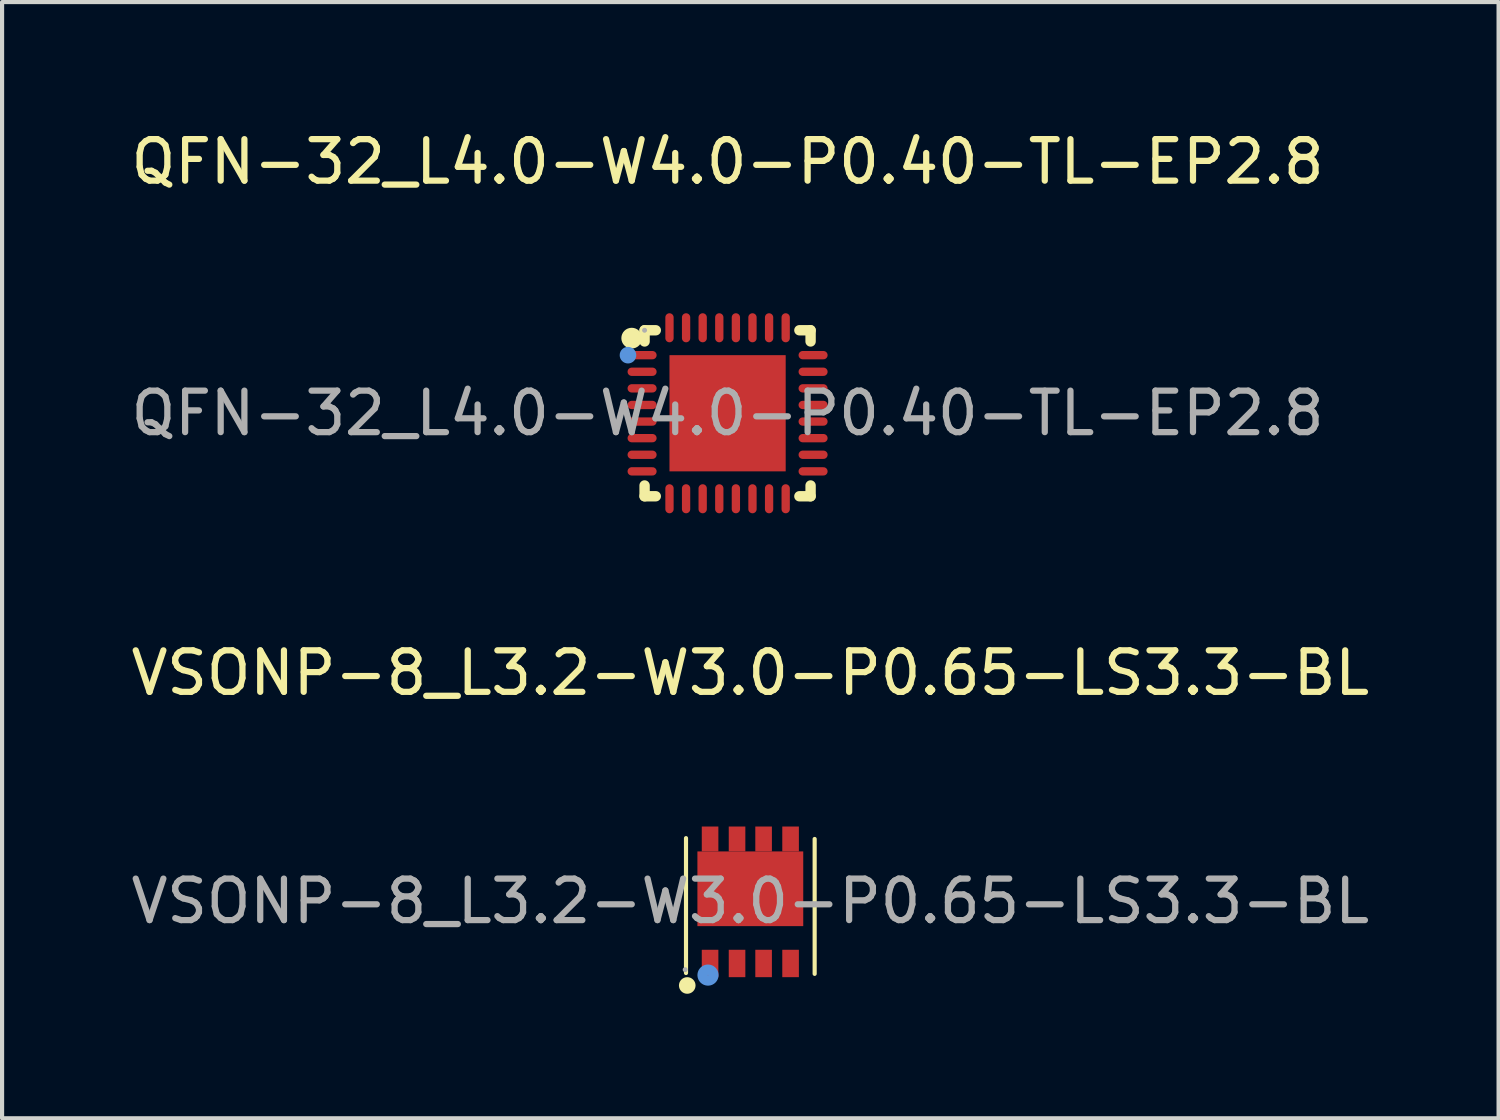
<source format=kicad_pcb>
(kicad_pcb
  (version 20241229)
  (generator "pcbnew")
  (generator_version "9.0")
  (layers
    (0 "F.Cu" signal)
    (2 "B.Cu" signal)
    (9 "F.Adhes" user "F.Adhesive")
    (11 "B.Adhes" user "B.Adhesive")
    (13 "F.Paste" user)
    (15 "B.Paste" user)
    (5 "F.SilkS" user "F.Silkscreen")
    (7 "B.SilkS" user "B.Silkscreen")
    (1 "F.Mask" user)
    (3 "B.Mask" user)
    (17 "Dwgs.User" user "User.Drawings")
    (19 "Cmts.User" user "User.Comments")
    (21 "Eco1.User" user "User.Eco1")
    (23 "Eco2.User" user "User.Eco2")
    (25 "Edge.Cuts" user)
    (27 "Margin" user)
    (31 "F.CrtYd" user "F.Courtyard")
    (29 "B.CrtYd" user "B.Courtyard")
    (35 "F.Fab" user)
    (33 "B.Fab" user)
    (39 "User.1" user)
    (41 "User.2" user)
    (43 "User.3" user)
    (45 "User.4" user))
  (footprint "VSONP-8_L3.2-W3.0-P0.65-LS3.3-BL"
    (layer "F.Cu")
    (at 15.03 18.666)
    (property "Reference" "VSONP-8_L3.2-W3.0-P0.65-LS3.3-BL" (at 0 -5.5 0) (layer "F.SilkS") (effects (font (size 1 1) (thickness 0.15))))
    (attr smd)
    (fp_line (start -1.55 1.73) (end -1.55 -1.52) (stroke (width 0.1) (type solid)) (layer "F.SilkS"))
    (fp_line (start 1.55 1.75) (end 1.55 -1.5) (stroke (width 0.1) (type solid)) (layer "F.SilkS"))
    (fp_circle (center -1.52 2.03) (end -1.42 2.03) (stroke (width 0.2) (type solid)) (fill no) (layer "F.SilkS"))
    (fp_circle (center -1.02 1.78) (end -0.89 1.78) (stroke (width 0.25) (type solid)) (fill no) (layer "Cmts.User"))
    (fp_circle (center -1.57 1.65) (end -1.54 1.65) (stroke (width 0.06) (type solid)) (fill no) (layer "F.Fab"))
    (fp_text user "${REFERENCE}" (at 0 0 0) (layer "F.Fab") (effects (font (size 1 1) (thickness 0.15))))
    (pad "1" smd rect (at -0.97 1.5 90) (size 0.66 0.4) (layers "F.Cu" "F.Mask" "F.Paste"))
    (pad "2" smd rect (at -0.32 1.5 90) (size 0.66 0.4) (layers "F.Cu" "F.Mask" "F.Paste"))
    (pad "3" smd rect (at 0.32 1.5 90) (size 0.66 0.4) (layers "F.Cu" "F.Mask" "F.Paste"))
    (pad "4" smd rect (at 0.97 1.5 90) (size 0.66 0.4) (layers "F.Cu" "F.Mask" "F.Paste"))
    (pad "5" smd rect (at 0.97 -1.5 90) (size 0.6 0.4) (layers "F.Cu" "F.Mask" "F.Paste"))
    (pad "6" smd rect (at 0.32 -1.5 90) (size 0.6 0.4) (layers "F.Cu" "F.Mask" "F.Paste"))
    (pad "7" smd rect (at -0.32 -1.5 90) (size 0.6 0.4) (layers "F.Cu" "F.Mask" "F.Paste"))
    (pad "8" smd rect (at -0.97 -1.5 90) (size 0.6 0.4) (layers "F.Cu" "F.Mask" "F.Paste"))
    (pad "9" smd rect (at 0 -0.3) (size 2.55 1.8) (layers "F.Cu" "F.Mask" "F.Paste")))
  (footprint "QFN-32_L4.0-W4.0-P0.40-TL-EP2.8"
    (layer "F.Cu")
    (at 14.482 6.908)
    (property "Reference" "QFN-32_L4.0-W4.0-P0.40-TL-EP2.8" (at 0 -6.06 0) (layer "F.SilkS") (effects (font (size 1 1) (thickness 0.15))))
    (attr smd)
    (fp_line (start -2 -2) (end -1.73 -2) (stroke (width 0.25) (type solid)) (layer "F.SilkS"))
    (fp_line (start -2 -1.73) (end -2 -2) (stroke (width 0.25) (type solid)) (layer "F.SilkS"))
    (fp_line (start -2 2) (end -2 1.74) (stroke (width 0.25) (type solid)) (layer "F.SilkS"))
    (fp_line (start -1.73 2) (end -2 2) (stroke (width 0.25) (type solid)) (layer "F.SilkS"))
    (fp_line (start 1.73 -2) (end 2 -2) (stroke (width 0.25) (type solid)) (layer "F.SilkS"))
    (fp_line (start 2 -2) (end 2 -1.73) (stroke (width 0.25) (type solid)) (layer "F.SilkS"))
    (fp_line (start 2 1.74) (end 2 2) (stroke (width 0.25) (type solid)) (layer "F.SilkS"))
    (fp_line (start 2 2) (end 1.73 2) (stroke (width 0.25) (type solid)) (layer "F.SilkS"))
    (fp_arc (start -2.31 -1.81) (mid -2.31 -1.81) (end -2.31 -1.81) (stroke (width 0.25) (type solid)) (layer "F.SilkS"))
    (fp_circle (center -2.4 -1.4) (end -2.3 -1.4) (stroke (width 0.2) (type solid)) (fill no) (layer "Cmts.User"))
    (fp_circle (center -2 -2) (end -1.97 -2) (stroke (width 0.06) (type solid)) (fill no) (layer "F.Fab"))
    (fp_text user "${REFERENCE}" (at 0 0 0) (layer "F.Fab") (effects (font (size 1 1) (thickness 0.15))))
    (pad "1" smd oval (at -2.06 -1.4 270) (size 0.2 0.7) (layers "F.Cu" "F.Mask" "F.Paste"))
    (pad "2" smd oval (at -2.06 -1 270) (size 0.2 0.7) (layers "F.Cu" "F.Mask" "F.Paste"))
    (pad "3" smd oval (at -2.06 -0.6 270) (size 0.2 0.7) (layers "F.Cu" "F.Mask" "F.Paste"))
    (pad "4" smd oval (at -2.06 -0.2 270) (size 0.2 0.7) (layers "F.Cu" "F.Mask" "F.Paste"))
    (pad "5" smd oval (at -2.06 0.2 270) (size 0.2 0.7) (layers "F.Cu" "F.Mask" "F.Paste"))
    (pad "6" smd oval (at -2.06 0.6 270) (size 0.2 0.7) (layers "F.Cu" "F.Mask" "F.Paste"))
    (pad "7" smd oval (at -2.06 1 270) (size 0.2 0.7) (layers "F.Cu" "F.Mask" "F.Paste"))
    (pad "8" smd oval (at -2.06 1.4 270) (size 0.2 0.7) (layers "F.Cu" "F.Mask" "F.Paste"))
    (pad "9" smd oval (at -1.4 2.06 180) (size 0.2 0.7) (layers "F.Cu" "F.Mask" "F.Paste"))
    (pad "10" smd oval (at -1 2.06 180) (size 0.2 0.7) (layers "F.Cu" "F.Mask" "F.Paste"))
    (pad "11" smd oval (at -0.6 2.06 180) (size 0.2 0.7) (layers "F.Cu" "F.Mask" "F.Paste"))
    (pad "12" smd oval (at -0.2 2.06 180) (size 0.2 0.7) (layers "F.Cu" "F.Mask" "F.Paste"))
    (pad "13" smd oval (at 0.2 2.06 180) (size 0.2 0.7) (layers "F.Cu" "F.Mask" "F.Paste"))
    (pad "14" smd oval (at 0.6 2.06 180) (size 0.2 0.7) (layers "F.Cu" "F.Mask" "F.Paste"))
    (pad "15" smd oval (at 1 2.06 180) (size 0.2 0.7) (layers "F.Cu" "F.Mask" "F.Paste"))
    (pad "16" smd oval (at 1.4 2.06 180) (size 0.2 0.7) (layers "F.Cu" "F.Mask" "F.Paste"))
    (pad "17" smd oval (at 2.06 1.4 270) (size 0.2 0.7) (layers "F.Cu" "F.Mask" "F.Paste"))
    (pad "18" smd oval (at 2.06 1 270) (size 0.2 0.7) (layers "F.Cu" "F.Mask" "F.Paste"))
    (pad "19" smd oval (at 2.06 0.6 270) (size 0.2 0.7) (layers "F.Cu" "F.Mask" "F.Paste"))
    (pad "20" smd oval (at 2.06 0.2 270) (size 0.2 0.7) (layers "F.Cu" "F.Mask" "F.Paste"))
    (pad "21" smd oval (at 2.06 -0.2 270) (size 0.2 0.7) (layers "F.Cu" "F.Mask" "F.Paste"))
    (pad "22" smd oval (at 2.06 -0.6 270) (size 0.2 0.7) (layers "F.Cu" "F.Mask" "F.Paste"))
    (pad "23" smd oval (at 2.06 -1 270) (size 0.2 0.7) (layers "F.Cu" "F.Mask" "F.Paste"))
    (pad "24" smd oval (at 2.06 -1.4 270) (size 0.2 0.7) (layers "F.Cu" "F.Mask" "F.Paste"))
    (pad "25" smd oval (at 1.4 -2.06) (size 0.2 0.7) (layers "F.Cu" "F.Mask" "F.Paste"))
    (pad "26" smd oval (at 1 -2.06) (size 0.2 0.7) (layers "F.Cu" "F.Mask" "F.Paste"))
    (pad "27" smd oval (at 0.6 -2.06) (size 0.2 0.7) (layers "F.Cu" "F.Mask" "F.Paste"))
    (pad "28" smd oval (at 0.2 -2.06) (size 0.2 0.7) (layers "F.Cu" "F.Mask" "F.Paste"))
    (pad "29" smd oval (at -0.2 -2.06) (size 0.2 0.7) (layers "F.Cu" "F.Mask" "F.Paste"))
    (pad "30" smd oval (at -0.6 -2.06) (size 0.2 0.7) (layers "F.Cu" "F.Mask" "F.Paste"))
    (pad "31" smd oval (at -1 -2.06) (size 0.2 0.7) (layers "F.Cu" "F.Mask" "F.Paste"))
    (pad "32" smd oval (at -1.4 -2.06) (size 0.2 0.7) (layers "F.Cu" "F.Mask" "F.Paste"))
    (pad "33" smd rect (at 0 0 180) (size 2.8 2.8) (layers "F.Cu" "F.Mask" "F.Paste")))
  (gr_rect
    (start -3 -3)
    (end 33.06 23.896)
    (stroke (width 0.1) (type default))
    (fill no)
    (layer "Edge.Cuts")))
</source>
